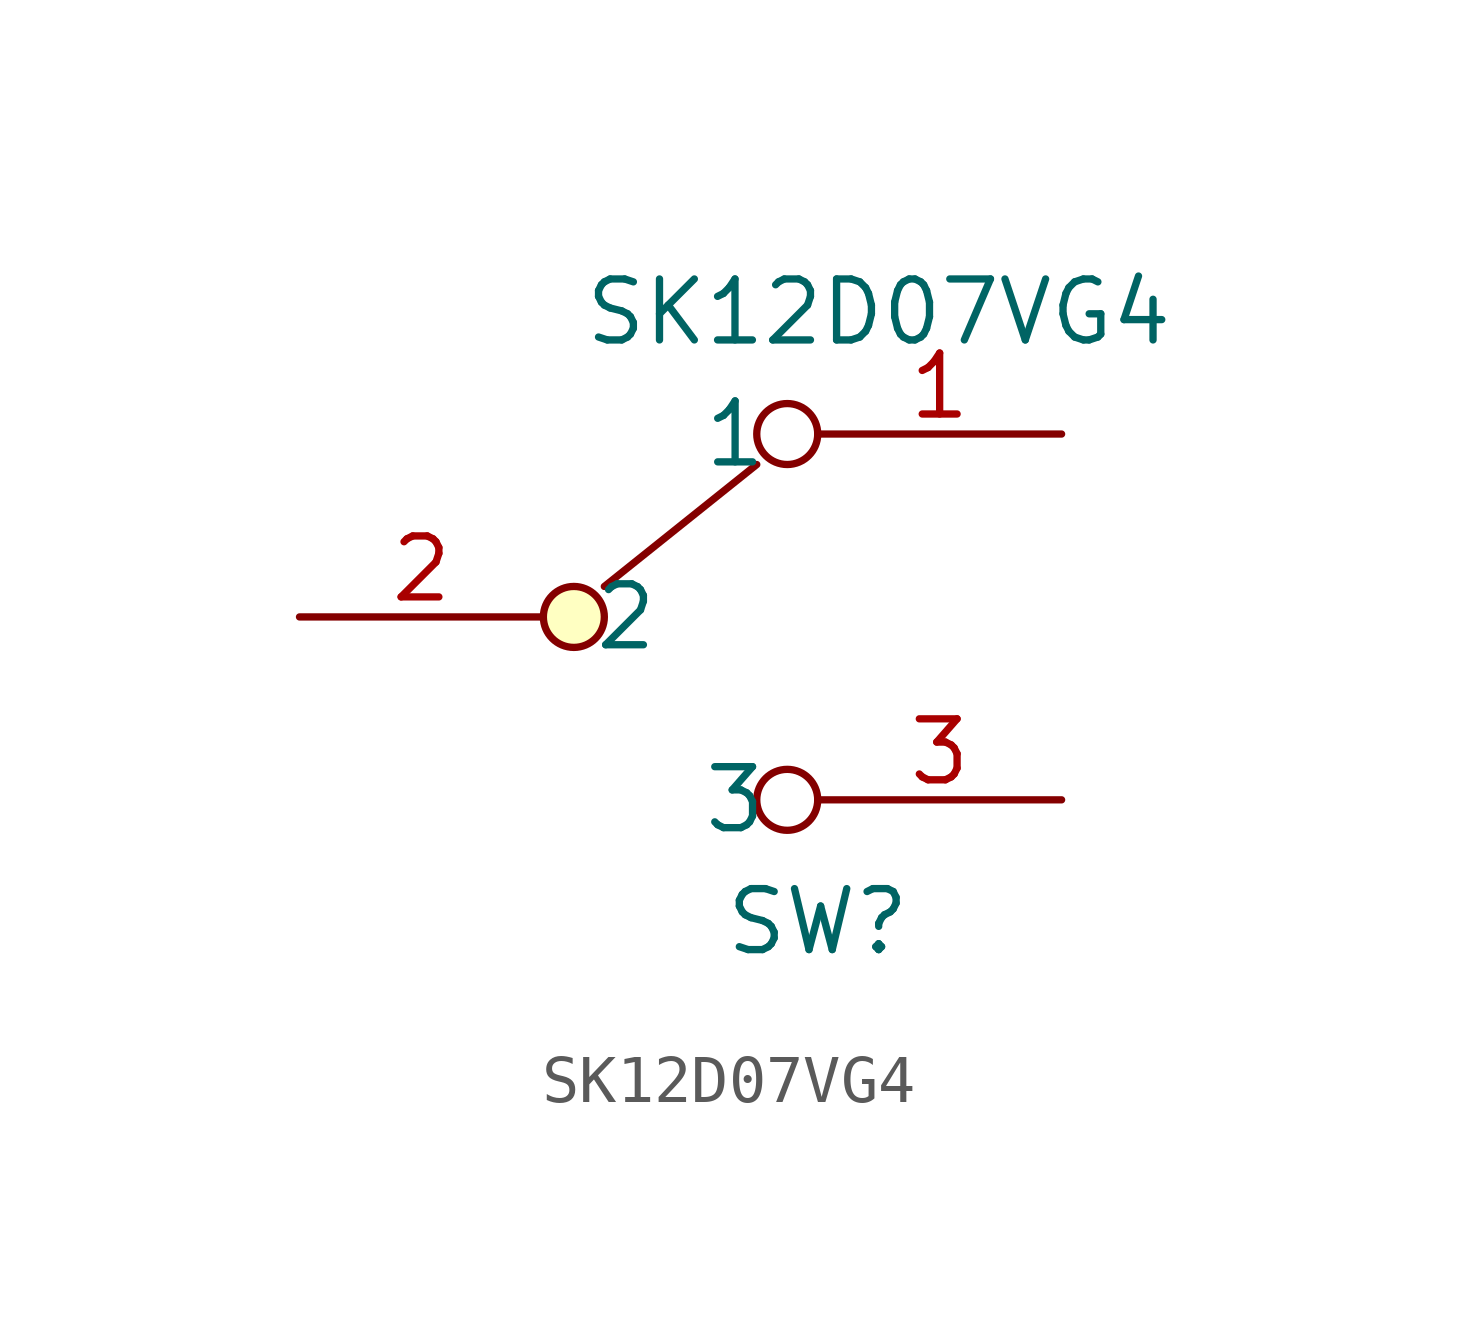
<source format=kicad_sym>
(kicad_symbol_lib
  (version 20211014)
  (generator kicad_symbol_editor)
  (symbol "SK12D07VG4"
    (pin_names
      (offset 1.016))
    (property "Reference" "SW"
      (at 0.635 -6.35 0)
      (effects (font (size 1.27 1.27))))
    (property "Value" "SK12D07VG4"
      (at 1.905 6.35 0)
      (effects (font (size 1.27 1.27))))
    (symbol "SK12D07VG4_0_1"
      (circle (center -4.445 0) (radius 0.635) (stroke (width 0) (type default) (color 0 0 0 0)) (fill (type background)))
      (circle (center 0 -3.81) (radius 0.635) (stroke (width 0) (type default) (color 0 0 0 0)) (fill (type none)))
      (polyline (pts (xy -3.81 0.635) (xy -0.635 3.175)) (stroke (width 0) (type default) (color 0 0 0 0)) (fill (type none)))
      (circle (center 0 3.81) (radius 0.635) (stroke (width 0) (type default) (color 0 0 0 0)) (fill (type none))))
    (symbol "SK12D07VG4_1_1"
      (pin passive line (at 5.715 3.81 180) (length 5.08) (name "1" (effects (font (size 1.27 1.27)))) (number "1" (effects (font (size 1.27 1.27)))))
      (pin passive line (at -10.16 0 0) (length 5.08) (name "2" (effects (font (size 1.27 1.27)))) (number "2" (effects (font (size 1.27 1.27)))))
      (pin passive line (at 5.715 -3.81 180) (length 5.08) (name "3" (effects (font (size 1.27 1.27)))) (number "3" (effects (font (size 1.27 1.27))))))))
</source>
